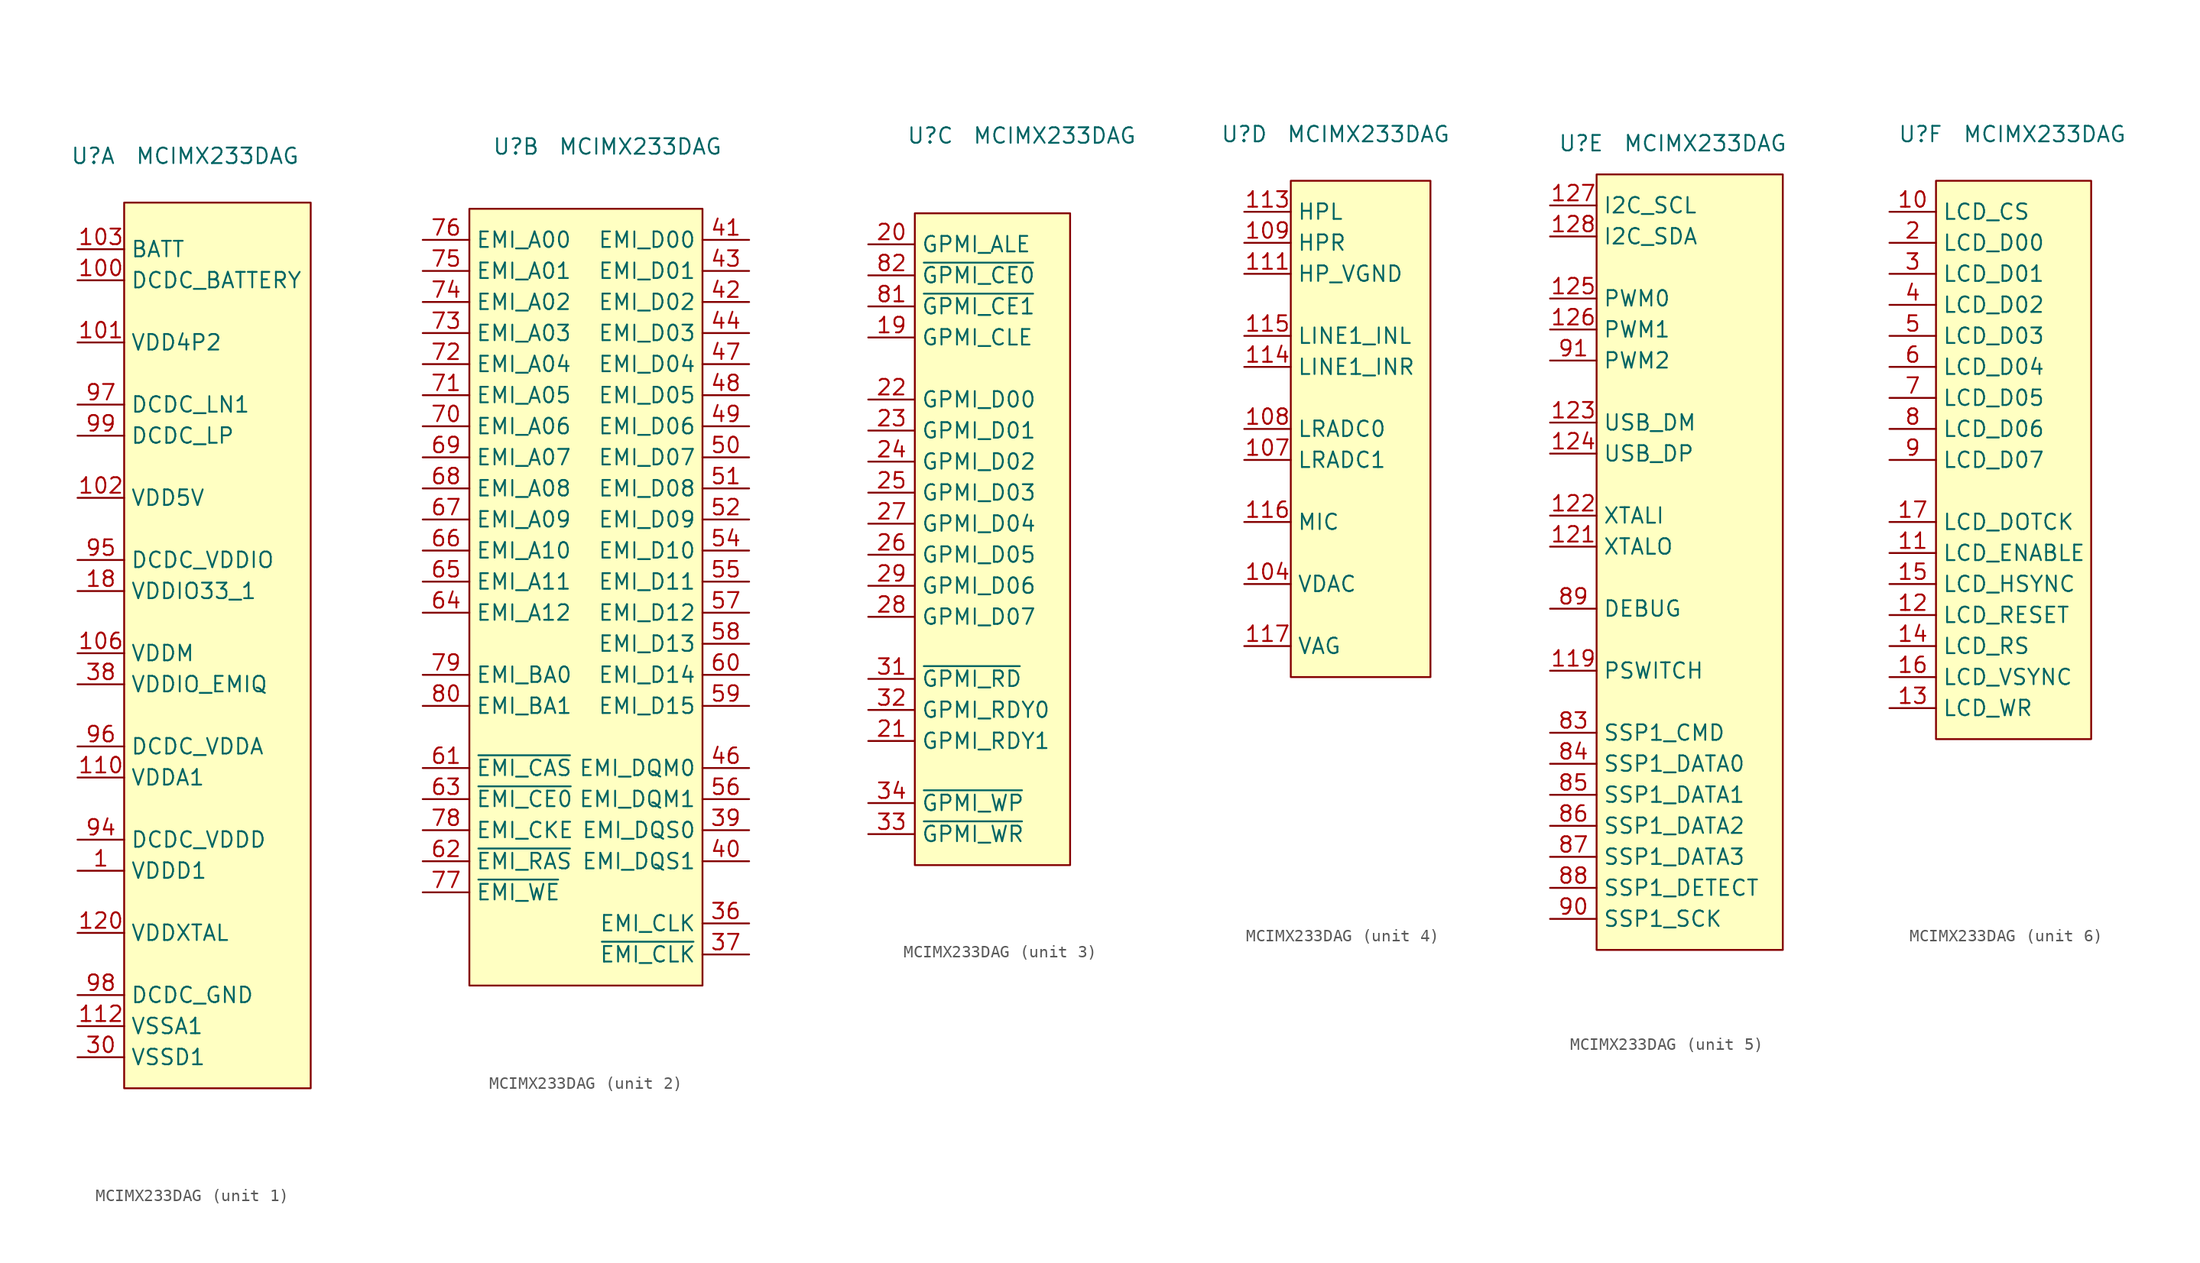
<source format=kicad_sym>
(kicad_symbol_lib
  (version 20220914)
  (generator kicad_symbol_editor)
  (symbol "MCIMX233DAG"
    (property "Reference" "U"
      (at -5.08 2.54 0)
      (effects (font (size 1.27 1.27))))
    (property "Value" "MCIMX233DAG"
      (at 5.08 2.54 0)
      (effects (font (size 1.27 1.27))))
    (property "ki_locked" ""
      (at 0 0 0)
      (effects (font (size 1.27 1.27))))
    (symbol "MCIMX233DAG_0_0"
      (text "" (at 7.62 -55.88 0) (effects (font (size 1.27 1.27))))
      (text "" (at 7.62 -55.88 0) (effects (font (size 1.27 1.27))))
      (text "" (at 7.62 -50.8 0) (effects (font (size 1.27 1.27))))
      (text "" (at 7.62 -45.72 0) (effects (font (size 1.27 1.27)))))
    (symbol "MCIMX233DAG_1_0"
      (pin passive line (at -6.35 -55.88 0) (length 3.81) (name "VDDD1" (effects (font (size 1.27 1.27)))) (number "1" (effects (font (size 1.27 1.27)))))
      (pin passive line (at -6.35 -7.62 0) (length 3.81) (name "DCDC_BATTERY" (effects (font (size 1.27 1.27)))) (number "100" (effects (font (size 1.27 1.27)))))
      (pin passive line (at -6.35 -12.7 0) (length 3.81) (name "VDD4P2" (effects (font (size 1.27 1.27)))) (number "101" (effects (font (size 1.27 1.27)))))
      (pin passive line (at -6.35 -25.4 0) (length 3.81) (name "VDD5V" (effects (font (size 1.27 1.27)))) (number "102" (effects (font (size 1.27 1.27)))))
      (pin passive line (at -6.35 -5.08 0) (length 3.81) (name "BATT" (effects (font (size 1.27 1.27)))) (number "103" (effects (font (size 1.27 1.27)))))
      (pin passive line (at -6.35 -68.58 0) (length 3.81) hide (name "VSSA4" (effects (font (size 1.27 1.27)))) (number "105" (effects (font (size 1.27 1.27)))))
      (pin passive line (at -6.35 -38.1 0) (length 3.81) (name "VDDM" (effects (font (size 1.27 1.27)))) (number "106" (effects (font (size 1.27 1.27)))))
      (pin passive line (at -6.35 -48.26 0) (length 3.81) (name "VDDA1" (effects (font (size 1.27 1.27)))) (number "110" (effects (font (size 1.27 1.27)))))
      (pin passive line (at -6.35 -68.58 0) (length 3.81) (name "VSSA1" (effects (font (size 1.27 1.27)))) (number "112" (effects (font (size 1.27 1.27)))))
      (pin passive line (at -6.35 -68.58 0) (length 3.81) hide (name "VSSA2" (effects (font (size 1.27 1.27)))) (number "118" (effects (font (size 1.27 1.27)))))
      (pin passive line (at -6.35 -60.96 0) (length 3.81) (name "VDDXTAL" (effects (font (size 1.27 1.27)))) (number "120" (effects (font (size 1.27 1.27)))))
      (pin passive line (at -6.35 -33.02 0) (length 3.81) (name "VDDIO33_1" (effects (font (size 1.27 1.27)))) (number "18" (effects (font (size 1.27 1.27)))))
      (pin passive line (at -6.35 -71.12 0) (length 3.81) (name "VSSD1" (effects (font (size 1.27 1.27)))) (number "30" (effects (font (size 1.27 1.27)))))
      (pin passive line (at -6.35 -71.12 0) (length 3.81) hide (name "VSSD2" (effects (font (size 1.27 1.27)))) (number "35" (effects (font (size 1.27 1.27)))))
      (pin passive line (at -6.35 -40.64 0) (length 3.81) (name "VDDIO_EMIQ" (effects (font (size 1.27 1.27)))) (number "38" (effects (font (size 1.27 1.27)))))
      (pin passive line (at -6.35 -40.64 0) (length 3.81) hide (name "VDDIO_EMI1" (effects (font (size 1.27 1.27)))) (number "45" (effects (font (size 1.27 1.27)))))
      (pin passive line (at -6.35 -40.64 0) (length 3.81) hide (name "VDDIO_EMI2" (effects (font (size 1.27 1.27)))) (number "53" (effects (font (size 1.27 1.27)))))
      (pin passive line (at -6.35 -33.02 0) (length 3.81) hide (name "VDDIO33_3" (effects (font (size 1.27 1.27)))) (number "92" (effects (font (size 1.27 1.27)))))
      (pin passive line (at -6.35 -55.88 0) (length 3.81) hide (name "VDDD3" (effects (font (size 1.27 1.27)))) (number "93" (effects (font (size 1.27 1.27)))))
      (pin passive line (at -6.35 -53.34 0) (length 3.81) (name "DCDC_VDDD" (effects (font (size 1.27 1.27)))) (number "94" (effects (font (size 1.27 1.27)))))
      (pin passive line (at -6.35 -30.48 0) (length 3.81) (name "DCDC_VDDIO" (effects (font (size 1.27 1.27)))) (number "95" (effects (font (size 1.27 1.27)))))
      (pin passive line (at -6.35 -45.72 0) (length 3.81) (name "DCDC_VDDA" (effects (font (size 1.27 1.27)))) (number "96" (effects (font (size 1.27 1.27)))))
      (pin passive line (at -6.35 -17.78 0) (length 3.81) (name "DCDC_LN1" (effects (font (size 1.27 1.27)))) (number "97" (effects (font (size 1.27 1.27)))))
      (pin passive line (at -6.35 -66.04 0) (length 3.81) (name "DCDC_GND" (effects (font (size 1.27 1.27)))) (number "98" (effects (font (size 1.27 1.27)))))
      (pin passive line (at -6.35 -20.32 0) (length 3.81) (name "DCDC_LP" (effects (font (size 1.27 1.27)))) (number "99" (effects (font (size 1.27 1.27))))))
    (symbol "MCIMX233DAG_1_1"
      (rectangle (start -2.54 -1.27) (end 12.7 -73.66) (stroke (width 0.152) (type default)) (fill (type background))))
    (symbol "MCIMX233DAG_2_0"
      (pin passive line (at 13.97 -60.96 180) (length 3.81) (name "EMI_CLK" (effects (font (size 1.27 1.27)))) (number "36" (effects (font (size 1.27 1.27)))))
      (pin passive line (at 13.97 -63.5 180) (length 3.81) (name "~{EMI_CLK}" (effects (font (size 1.27 1.27)))) (number "37" (effects (font (size 1.27 1.27)))))
      (pin passive line (at 13.97 -53.34 180) (length 3.81) (name "EMI_DQS0" (effects (font (size 1.27 1.27)))) (number "39" (effects (font (size 1.27 1.27)))))
      (pin passive line (at 13.97 -55.88 180) (length 3.81) (name "EMI_DQS1" (effects (font (size 1.27 1.27)))) (number "40" (effects (font (size 1.27 1.27)))))
      (pin passive line (at 13.97 -5.08 180) (length 3.81) (name "EMI_D00" (effects (font (size 1.27 1.27)))) (number "41" (effects (font (size 1.27 1.27)))))
      (pin passive line (at 13.97 -10.16 180) (length 3.81) (name "EMI_D02" (effects (font (size 1.27 1.27)))) (number "42" (effects (font (size 1.27 1.27)))))
      (pin passive line (at 13.97 -7.62 180) (length 3.81) (name "EMI_D01" (effects (font (size 1.27 1.27)))) (number "43" (effects (font (size 1.27 1.27)))))
      (pin passive line (at 13.97 -12.7 180) (length 3.81) (name "EMI_D03" (effects (font (size 1.27 1.27)))) (number "44" (effects (font (size 1.27 1.27)))))
      (pin passive line (at 13.97 -48.26 180) (length 3.81) (name "EMI_DQM0" (effects (font (size 1.27 1.27)))) (number "46" (effects (font (size 1.27 1.27)))))
      (pin passive line (at 13.97 -15.24 180) (length 3.81) (name "EMI_D04" (effects (font (size 1.27 1.27)))) (number "47" (effects (font (size 1.27 1.27)))))
      (pin passive line (at 13.97 -17.78 180) (length 3.81) (name "EMI_D05" (effects (font (size 1.27 1.27)))) (number "48" (effects (font (size 1.27 1.27)))))
      (pin passive line (at 13.97 -20.32 180) (length 3.81) (name "EMI_D06" (effects (font (size 1.27 1.27)))) (number "49" (effects (font (size 1.27 1.27)))))
      (pin passive line (at 13.97 -22.86 180) (length 3.81) (name "EMI_D07" (effects (font (size 1.27 1.27)))) (number "50" (effects (font (size 1.27 1.27)))))
      (pin passive line (at 13.97 -25.4 180) (length 3.81) (name "EMI_D08" (effects (font (size 1.27 1.27)))) (number "51" (effects (font (size 1.27 1.27)))))
      (pin passive line (at 13.97 -27.94 180) (length 3.81) (name "EMI_D09" (effects (font (size 1.27 1.27)))) (number "52" (effects (font (size 1.27 1.27)))))
      (pin passive line (at 13.97 -30.48 180) (length 3.81) (name "EMI_D10" (effects (font (size 1.27 1.27)))) (number "54" (effects (font (size 1.27 1.27)))))
      (pin passive line (at 13.97 -33.02 180) (length 3.81) (name "EMI_D11" (effects (font (size 1.27 1.27)))) (number "55" (effects (font (size 1.27 1.27)))))
      (pin passive line (at 13.97 -50.8 180) (length 3.81) (name "EMI_DQM1" (effects (font (size 1.27 1.27)))) (number "56" (effects (font (size 1.27 1.27)))))
      (pin passive line (at 13.97 -35.56 180) (length 3.81) (name "EMI_D12" (effects (font (size 1.27 1.27)))) (number "57" (effects (font (size 1.27 1.27)))))
      (pin passive line (at 13.97 -38.1 180) (length 3.81) (name "EMI_D13" (effects (font (size 1.27 1.27)))) (number "58" (effects (font (size 1.27 1.27)))))
      (pin passive line (at 13.97 -43.18 180) (length 3.81) (name "EMI_D15" (effects (font (size 1.27 1.27)))) (number "59" (effects (font (size 1.27 1.27)))))
      (pin passive line (at 13.97 -40.64 180) (length 3.81) (name "EMI_D14" (effects (font (size 1.27 1.27)))) (number "60" (effects (font (size 1.27 1.27)))))
      (pin passive line (at -12.7 -48.26 0) (length 3.81) (name "~{EMI_CAS}" (effects (font (size 1.27 1.27)))) (number "61" (effects (font (size 1.27 1.27)))))
      (pin passive line (at -12.7 -55.88 0) (length 3.81) (name "~{EMI_RAS}" (effects (font (size 1.27 1.27)))) (number "62" (effects (font (size 1.27 1.27)))))
      (pin passive line (at -12.7 -50.8 0) (length 3.81) (name "~{EMI_CE0}" (effects (font (size 1.27 1.27)))) (number "63" (effects (font (size 1.27 1.27)))))
      (pin passive line (at -12.7 -35.56 0) (length 3.81) (name "EMI_A12" (effects (font (size 1.27 1.27)))) (number "64" (effects (font (size 1.27 1.27)))))
      (pin passive line (at -12.7 -33.02 0) (length 3.81) (name "EMI_A11" (effects (font (size 1.27 1.27)))) (number "65" (effects (font (size 1.27 1.27)))))
      (pin passive line (at -12.7 -30.48 0) (length 3.81) (name "EMI_A10" (effects (font (size 1.27 1.27)))) (number "66" (effects (font (size 1.27 1.27)))))
      (pin passive line (at -12.7 -27.94 0) (length 3.81) (name "EMI_A09" (effects (font (size 1.27 1.27)))) (number "67" (effects (font (size 1.27 1.27)))))
      (pin passive line (at -12.7 -25.4 0) (length 3.81) (name "EMI_A08" (effects (font (size 1.27 1.27)))) (number "68" (effects (font (size 1.27 1.27)))))
      (pin passive line (at -12.7 -22.86 0) (length 3.81) (name "EMI_A07" (effects (font (size 1.27 1.27)))) (number "69" (effects (font (size 1.27 1.27)))))
      (pin passive line (at -12.7 -20.32 0) (length 3.81) (name "EMI_A06" (effects (font (size 1.27 1.27)))) (number "70" (effects (font (size 1.27 1.27)))))
      (pin passive line (at -12.7 -17.78 0) (length 3.81) (name "EMI_A05" (effects (font (size 1.27 1.27)))) (number "71" (effects (font (size 1.27 1.27)))))
      (pin passive line (at -12.7 -15.24 0) (length 3.81) (name "EMI_A04" (effects (font (size 1.27 1.27)))) (number "72" (effects (font (size 1.27 1.27)))))
      (pin passive line (at -12.7 -12.7 0) (length 3.81) (name "EMI_A03" (effects (font (size 1.27 1.27)))) (number "73" (effects (font (size 1.27 1.27)))))
      (pin passive line (at -12.7 -10.16 0) (length 3.81) (name "EMI_A02" (effects (font (size 1.27 1.27)))) (number "74" (effects (font (size 1.27 1.27)))))
      (pin passive line (at -12.7 -7.62 0) (length 3.81) (name "EMI_A01" (effects (font (size 1.27 1.27)))) (number "75" (effects (font (size 1.27 1.27)))))
      (pin passive line (at -12.7 -5.08 0) (length 3.81) (name "EMI_A00" (effects (font (size 1.27 1.27)))) (number "76" (effects (font (size 1.27 1.27)))))
      (pin passive line (at -12.7 -58.42 0) (length 3.81) (name "~{EMI_WE}" (effects (font (size 1.27 1.27)))) (number "77" (effects (font (size 1.27 1.27)))))
      (pin passive line (at -12.7 -53.34 0) (length 3.81) (name "EMI_CKE" (effects (font (size 1.27 1.27)))) (number "78" (effects (font (size 1.27 1.27)))))
      (pin passive line (at -12.7 -40.64 0) (length 3.81) (name "EMI_BA0" (effects (font (size 1.27 1.27)))) (number "79" (effects (font (size 1.27 1.27)))))
      (pin passive line (at -12.7 -43.18 0) (length 3.81) (name "EMI_BA1" (effects (font (size 1.27 1.27)))) (number "80" (effects (font (size 1.27 1.27))))))
    (symbol "MCIMX233DAG_2_1"
      (rectangle (start -8.89 -2.54) (end 10.16 -66.04) (stroke (width 0.152) (type default)) (fill (type background))))
    (symbol "MCIMX233DAG_3_0"
      (pin passive line (at -10.16 -13.97 0) (length 3.81) (name "GPMI_CLE" (effects (font (size 1.27 1.27)))) (number "19" (effects (font (size 1.27 1.27)))))
      (pin passive line (at -10.16 -6.35 0) (length 3.81) (name "GPMI_ALE" (effects (font (size 1.27 1.27)))) (number "20" (effects (font (size 1.27 1.27)))))
      (pin passive line (at -10.16 -46.99 0) (length 3.81) (name "GPMI_RDY1" (effects (font (size 1.27 1.27)))) (number "21" (effects (font (size 1.27 1.27)))))
      (pin passive line (at -10.16 -19.05 0) (length 3.81) (name "GPMI_D00" (effects (font (size 1.27 1.27)))) (number "22" (effects (font (size 1.27 1.27)))))
      (pin passive line (at -10.16 -21.59 0) (length 3.81) (name "GPMI_D01" (effects (font (size 1.27 1.27)))) (number "23" (effects (font (size 1.27 1.27)))))
      (pin passive line (at -10.16 -24.13 0) (length 3.81) (name "GPMI_D02" (effects (font (size 1.27 1.27)))) (number "24" (effects (font (size 1.27 1.27)))))
      (pin passive line (at -10.16 -26.67 0) (length 3.81) (name "GPMI_D03" (effects (font (size 1.27 1.27)))) (number "25" (effects (font (size 1.27 1.27)))))
      (pin passive line (at -10.16 -31.75 0) (length 3.81) (name "GPMI_D05" (effects (font (size 1.27 1.27)))) (number "26" (effects (font (size 1.27 1.27)))))
      (pin passive line (at -10.16 -29.21 0) (length 3.81) (name "GPMI_D04" (effects (font (size 1.27 1.27)))) (number "27" (effects (font (size 1.27 1.27)))))
      (pin passive line (at -10.16 -36.83 0) (length 3.81) (name "GPMI_D07" (effects (font (size 1.27 1.27)))) (number "28" (effects (font (size 1.27 1.27)))))
      (pin passive line (at -10.16 -34.29 0) (length 3.81) (name "GPMI_D06" (effects (font (size 1.27 1.27)))) (number "29" (effects (font (size 1.27 1.27)))))
      (pin passive line (at -10.16 -41.91 0) (length 3.81) (name "~{GPMI_RD}" (effects (font (size 1.27 1.27)))) (number "31" (effects (font (size 1.27 1.27)))))
      (pin passive line (at -10.16 -44.45 0) (length 3.81) (name "GPMI_RDY0" (effects (font (size 1.27 1.27)))) (number "32" (effects (font (size 1.27 1.27)))))
      (pin passive line (at -10.16 -54.61 0) (length 3.81) (name "~{GPMI_WR}" (effects (font (size 1.27 1.27)))) (number "33" (effects (font (size 1.27 1.27)))))
      (pin passive line (at -10.16 -52.07 0) (length 3.81) (name "~{GPMI_WP}" (effects (font (size 1.27 1.27)))) (number "34" (effects (font (size 1.27 1.27)))))
      (pin passive line (at -10.16 -11.43 0) (length 3.81) (name "~{GPMI_CE1}" (effects (font (size 1.27 1.27)))) (number "81" (effects (font (size 1.27 1.27)))))
      (pin passive line (at -10.16 -8.89 0) (length 3.81) (name "~{GPMI_CE0}" (effects (font (size 1.27 1.27)))) (number "82" (effects (font (size 1.27 1.27))))))
    (symbol "MCIMX233DAG_3_1"
      (rectangle (start -6.35 -3.81) (end 6.35 -57.15) (stroke (width 0.152) (type default)) (fill (type background))))
    (symbol "MCIMX233DAG_4_0"
      (pin passive line (at -5.08 -34.29 0) (length 3.81) (name "VDAC" (effects (font (size 1.27 1.27)))) (number "104" (effects (font (size 1.27 1.27)))))
      (pin passive line (at -5.08 -24.13 0) (length 3.81) (name "LRADC1" (effects (font (size 1.27 1.27)))) (number "107" (effects (font (size 1.27 1.27)))))
      (pin passive line (at -5.08 -21.59 0) (length 3.81) (name "LRADC0" (effects (font (size 1.27 1.27)))) (number "108" (effects (font (size 1.27 1.27)))))
      (pin passive line (at -5.08 -6.35 0) (length 3.81) (name "HPR" (effects (font (size 1.27 1.27)))) (number "109" (effects (font (size 1.27 1.27)))))
      (pin passive line (at -5.08 -8.89 0) (length 3.81) (name "HP_VGND" (effects (font (size 1.27 1.27)))) (number "111" (effects (font (size 1.27 1.27)))))
      (pin passive line (at -5.08 -3.81 0) (length 3.81) (name "HPL" (effects (font (size 1.27 1.27)))) (number "113" (effects (font (size 1.27 1.27)))))
      (pin passive line (at -5.08 -16.51 0) (length 3.81) (name "LINE1_INR" (effects (font (size 1.27 1.27)))) (number "114" (effects (font (size 1.27 1.27)))))
      (pin passive line (at -5.08 -13.97 0) (length 3.81) (name "LINE1_INL" (effects (font (size 1.27 1.27)))) (number "115" (effects (font (size 1.27 1.27)))))
      (pin passive line (at -5.08 -29.21 0) (length 3.81) (name "MIC" (effects (font (size 1.27 1.27)))) (number "116" (effects (font (size 1.27 1.27)))))
      (pin passive line (at -5.08 -39.37 0) (length 3.81) (name "VAG" (effects (font (size 1.27 1.27)))) (number "117" (effects (font (size 1.27 1.27))))))
    (symbol "MCIMX233DAG_4_1"
      (rectangle (start -1.27 -1.27) (end 10.16 -41.91) (stroke (width 0.152) (type default)) (fill (type background))))
    (symbol "MCIMX233DAG_5_0"
      (pin passive line (at -7.62 -40.64 0) (length 3.81) (name "PSWITCH" (effects (font (size 1.27 1.27)))) (number "119" (effects (font (size 1.27 1.27)))))
      (pin passive line (at -7.62 -30.48 0) (length 3.81) (name "XTALO" (effects (font (size 1.27 1.27)))) (number "121" (effects (font (size 1.27 1.27)))))
      (pin passive line (at -7.62 -27.94 0) (length 3.81) (name "XTALI" (effects (font (size 1.27 1.27)))) (number "122" (effects (font (size 1.27 1.27)))))
      (pin passive line (at -7.62 -20.32 0) (length 3.81) (name "USB_DM" (effects (font (size 1.27 1.27)))) (number "123" (effects (font (size 1.27 1.27)))))
      (pin passive line (at -7.62 -22.86 0) (length 3.81) (name "USB_DP" (effects (font (size 1.27 1.27)))) (number "124" (effects (font (size 1.27 1.27)))))
      (pin passive line (at -7.62 -10.16 0) (length 3.81) (name "PWM0" (effects (font (size 1.27 1.27)))) (number "125" (effects (font (size 1.27 1.27)))))
      (pin passive line (at -7.62 -12.7 0) (length 3.81) (name "PWM1" (effects (font (size 1.27 1.27)))) (number "126" (effects (font (size 1.27 1.27)))))
      (pin passive line (at -7.62 -2.54 0) (length 3.81) (name "I2C_SCL" (effects (font (size 1.27 1.27)))) (number "127" (effects (font (size 1.27 1.27)))))
      (pin passive line (at -7.62 -5.08 0) (length 3.81) (name "I2C_SDA" (effects (font (size 1.27 1.27)))) (number "128" (effects (font (size 1.27 1.27)))))
      (pin passive line (at -7.62 -45.72 0) (length 3.81) (name "SSP1_CMD" (effects (font (size 1.27 1.27)))) (number "83" (effects (font (size 1.27 1.27)))))
      (pin passive line (at -7.62 -48.26 0) (length 3.81) (name "SSP1_DATA0" (effects (font (size 1.27 1.27)))) (number "84" (effects (font (size 1.27 1.27)))))
      (pin passive line (at -7.62 -50.8 0) (length 3.81) (name "SSP1_DATA1" (effects (font (size 1.27 1.27)))) (number "85" (effects (font (size 1.27 1.27)))))
      (pin passive line (at -7.62 -53.34 0) (length 3.81) (name "SSP1_DATA2" (effects (font (size 1.27 1.27)))) (number "86" (effects (font (size 1.27 1.27)))))
      (pin passive line (at -7.62 -55.88 0) (length 3.81) (name "SSP1_DATA3" (effects (font (size 1.27 1.27)))) (number "87" (effects (font (size 1.27 1.27)))))
      (pin passive line (at -7.62 -58.42 0) (length 3.81) (name "SSP1_DETECT" (effects (font (size 1.27 1.27)))) (number "88" (effects (font (size 1.27 1.27)))))
      (pin passive line (at -7.62 -35.56 0) (length 3.81) (name "DEBUG" (effects (font (size 1.27 1.27)))) (number "89" (effects (font (size 1.27 1.27)))))
      (pin passive line (at -7.62 -60.96 0) (length 3.81) (name "SSP1_SCK" (effects (font (size 1.27 1.27)))) (number "90" (effects (font (size 1.27 1.27)))))
      (pin passive line (at -7.62 -15.24 0) (length 3.81) (name "PWM2" (effects (font (size 1.27 1.27)))) (number "91" (effects (font (size 1.27 1.27))))))
    (symbol "MCIMX233DAG_5_1"
      (rectangle (start -3.81 0) (end 11.43 -63.5) (stroke (width 0.152) (type default)) (fill (type background))))
    (symbol "MCIMX233DAG_6_0"
      (pin passive line (at -7.62 -3.81 0) (length 3.81) (name "LCD_CS" (effects (font (size 1.27 1.27)))) (number "10" (effects (font (size 1.27 1.27)))))
      (pin passive line (at -7.62 -31.75 0) (length 3.81) (name "LCD_ENABLE" (effects (font (size 1.27 1.27)))) (number "11" (effects (font (size 1.27 1.27)))))
      (pin passive line (at -7.62 -36.83 0) (length 3.81) (name "LCD_RESET" (effects (font (size 1.27 1.27)))) (number "12" (effects (font (size 1.27 1.27)))))
      (pin passive line (at -7.62 -44.45 0) (length 3.81) (name "LCD_WR" (effects (font (size 1.27 1.27)))) (number "13" (effects (font (size 1.27 1.27)))))
      (pin passive line (at -7.62 -39.37 0) (length 3.81) (name "LCD_RS" (effects (font (size 1.27 1.27)))) (number "14" (effects (font (size 1.27 1.27)))))
      (pin passive line (at -7.62 -34.29 0) (length 3.81) (name "LCD_HSYNC" (effects (font (size 1.27 1.27)))) (number "15" (effects (font (size 1.27 1.27)))))
      (pin passive line (at -7.62 -41.91 0) (length 3.81) (name "LCD_VSYNC" (effects (font (size 1.27 1.27)))) (number "16" (effects (font (size 1.27 1.27)))))
      (pin passive line (at -7.62 -29.21 0) (length 3.81) (name "LCD_DOTCK" (effects (font (size 1.27 1.27)))) (number "17" (effects (font (size 1.27 1.27)))))
      (pin passive line (at -7.62 -6.35 0) (length 3.81) (name "LCD_D00" (effects (font (size 1.27 1.27)))) (number "2" (effects (font (size 1.27 1.27)))))
      (pin passive line (at -7.62 -8.89 0) (length 3.81) (name "LCD_D01" (effects (font (size 1.27 1.27)))) (number "3" (effects (font (size 1.27 1.27)))))
      (pin passive line (at -7.62 -11.43 0) (length 3.81) (name "LCD_D02" (effects (font (size 1.27 1.27)))) (number "4" (effects (font (size 1.27 1.27)))))
      (pin passive line (at -7.62 -13.97 0) (length 3.81) (name "LCD_D03" (effects (font (size 1.27 1.27)))) (number "5" (effects (font (size 1.27 1.27)))))
      (pin passive line (at -7.62 -16.51 0) (length 3.81) (name "LCD_D04" (effects (font (size 1.27 1.27)))) (number "6" (effects (font (size 1.27 1.27)))))
      (pin passive line (at -7.62 -19.05 0) (length 3.81) (name "LCD_D05" (effects (font (size 1.27 1.27)))) (number "7" (effects (font (size 1.27 1.27)))))
      (pin passive line (at -7.62 -21.59 0) (length 3.81) (name "LCD_D06" (effects (font (size 1.27 1.27)))) (number "8" (effects (font (size 1.27 1.27)))))
      (pin passive line (at -7.62 -24.13 0) (length 3.81) (name "LCD_D07" (effects (font (size 1.27 1.27)))) (number "9" (effects (font (size 1.27 1.27))))))
    (symbol "MCIMX233DAG_6_1"
      (rectangle (start -3.81 -1.27) (end 8.89 -46.99) (stroke (width 0.152) (type default)) (fill (type background))))))
</source>
